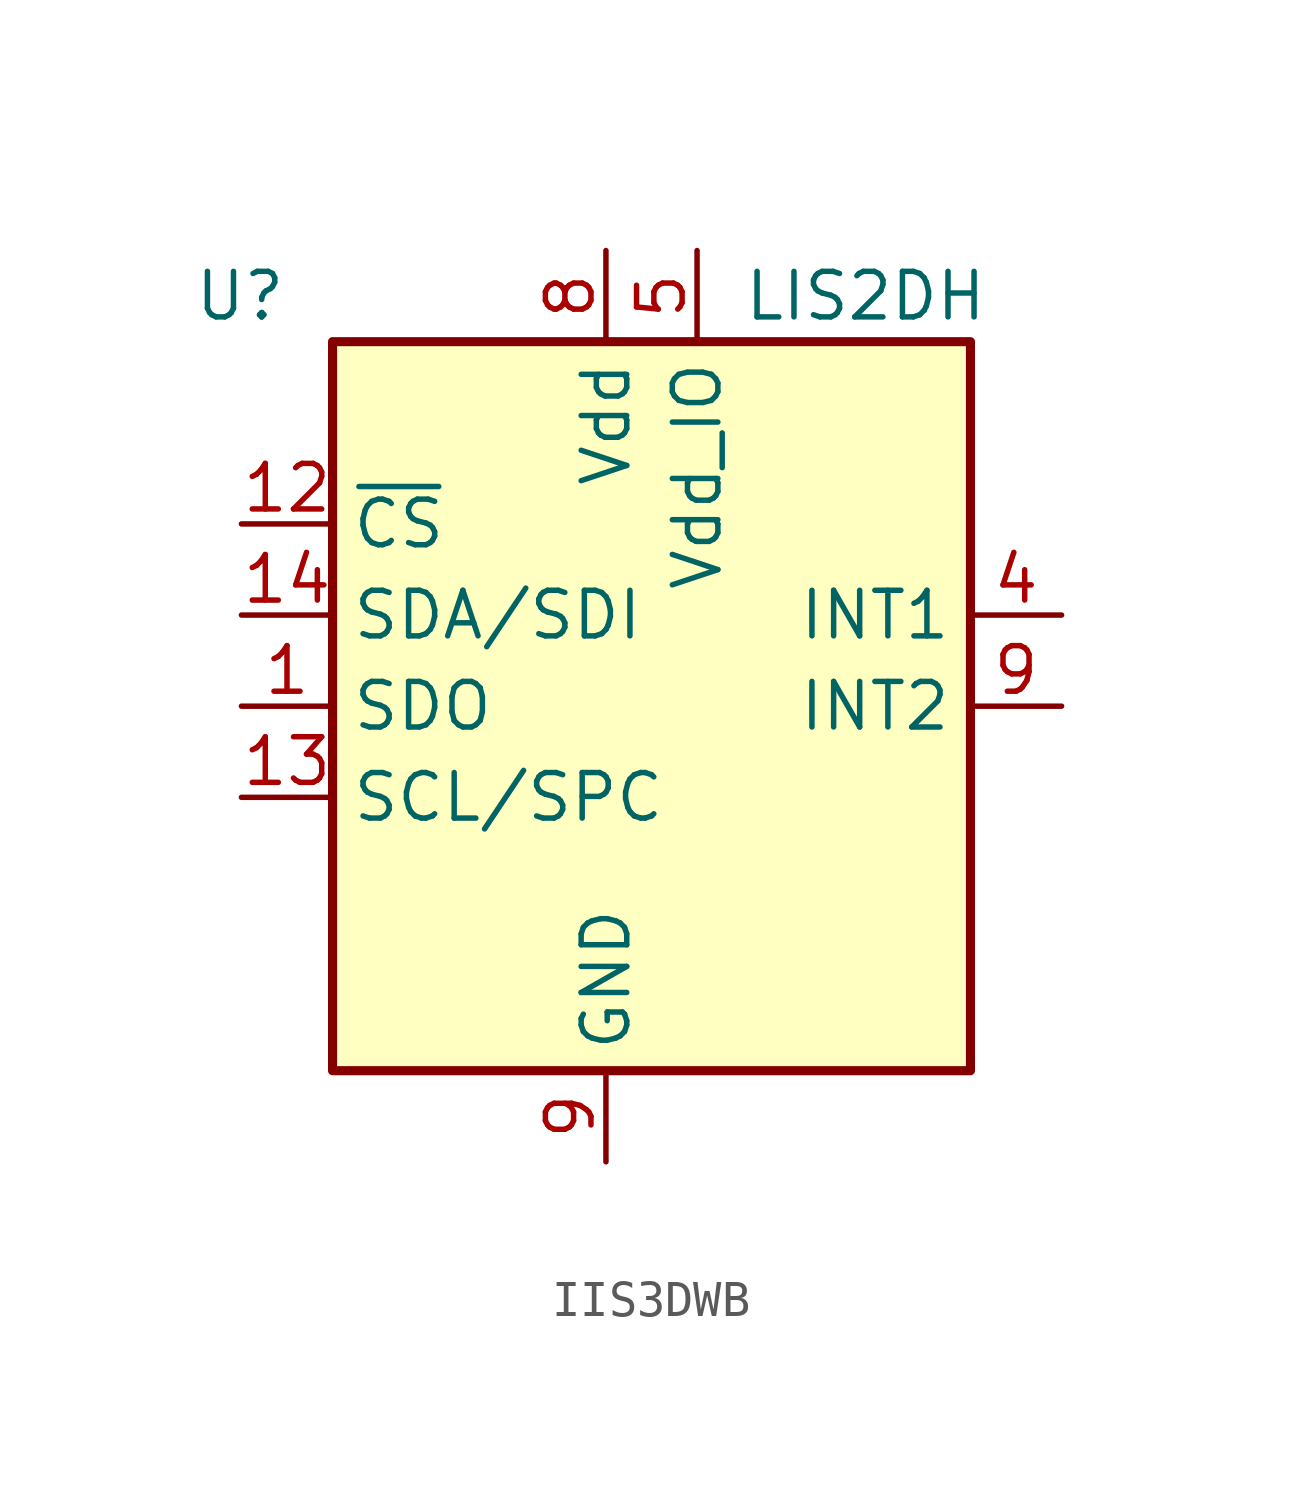
<source format=kicad_sym>
(kicad_symbol_lib
  (version 20220914)
  (generator kicad_symbol_editor)
  (symbol "IIS3DWB"
    (property "Reference" "U"
      (at -8.89 11.43 0)
      (effects (font (size 1.27 1.27)) (justify right)))
    (property "Value" "LIS2DH"
      (at 3.81 11.43 0)
      (effects (font (size 1.27 1.27)) (justify left)))
    (symbol "IIS3DWB_0_1"
      (rectangle (start -7.62 10.16) (end 10.16 -10.16) (stroke (width 0.254) (type default)) (fill (type background))))
    (symbol "IIS3DWB_1_1"
      (pin output line (at -10.16 0 0) (length 2.54) (name "SDO" (effects (font (size 1.27 1.27)))) (number "1" (effects (font (size 1.27 1.27)))) (alternate "SA0" passive line))
      (pin passive line (at -5.08 -12.7 90) (length 2.54) hide (name "RES" (effects (font (size 1.27 1.27)))) (number "11" (effects (font (size 1.27 1.27)))))
      (pin input line (at -10.16 5.08 0) (length 2.54) (name "~{CS}" (effects (font (size 1.27 1.27)))) (number "12" (effects (font (size 1.27 1.27)))))
      (pin input line (at -10.16 -2.54 0) (length 2.54) (name "SCL/SPC" (effects (font (size 1.27 1.27)))) (number "13" (effects (font (size 1.27 1.27)))))
      (pin bidirectional line (at -10.16 2.54 0) (length 2.54) (name "SDA/SDI" (effects (font (size 1.27 1.27)))) (number "14" (effects (font (size 1.27 1.27)))))
      (pin passive line (at -2.54 -12.7 90) (length 2.54) hide (name "RES" (effects (font (size 1.27 1.27)))) (number "15" (effects (font (size 1.27 1.27)))))
      (pin passive line (at 5.08 -12.7 90) (length 2.54) hide (name "RES" (effects (font (size 1.27 1.27)))) (number "2" (effects (font (size 1.27 1.27)))))
      (pin passive line (at 7.62 -12.7 90) (length 2.54) hide (name "RES" (effects (font (size 1.27 1.27)))) (number "3" (effects (font (size 1.27 1.27)))))
      (pin output line (at 12.7 2.54 180) (length 2.54) (name "INT1" (effects (font (size 1.27 1.27)))) (number "4" (effects (font (size 1.27 1.27)))))
      (pin power_in line (at 2.54 12.7 270) (length 2.54) (name "Vdd_IO" (effects (font (size 1.27 1.27)))) (number "5" (effects (font (size 1.27 1.27)))))
      (pin passive line (at 2.54 -12.7 90) (length 2.54) hide (name "GND" (effects (font (size 1.27 1.27)))) (number "6" (effects (font (size 1.27 1.27)))))
      (pin passive line (at 0 -12.7 90) (length 2.54) hide (name "GND" (effects (font (size 1.27 1.27)))) (number "7" (effects (font (size 1.27 1.27)))))
      (pin power_in line (at 0 12.7 270) (length 2.54) (name "Vdd" (effects (font (size 1.27 1.27)))) (number "8" (effects (font (size 1.27 1.27)))))
      (pin power_in line (at 0 -12.7 90) (length 2.54) (name "GND" (effects (font (size 1.27 1.27)))) (number "9" (effects (font (size 1.27 1.27)))))
      (pin output line (at 12.7 0 180) (length 2.54) (name "INT2" (effects (font (size 1.27 1.27)))) (number "9" (effects (font (size 1.27 1.27))))))))
</source>
